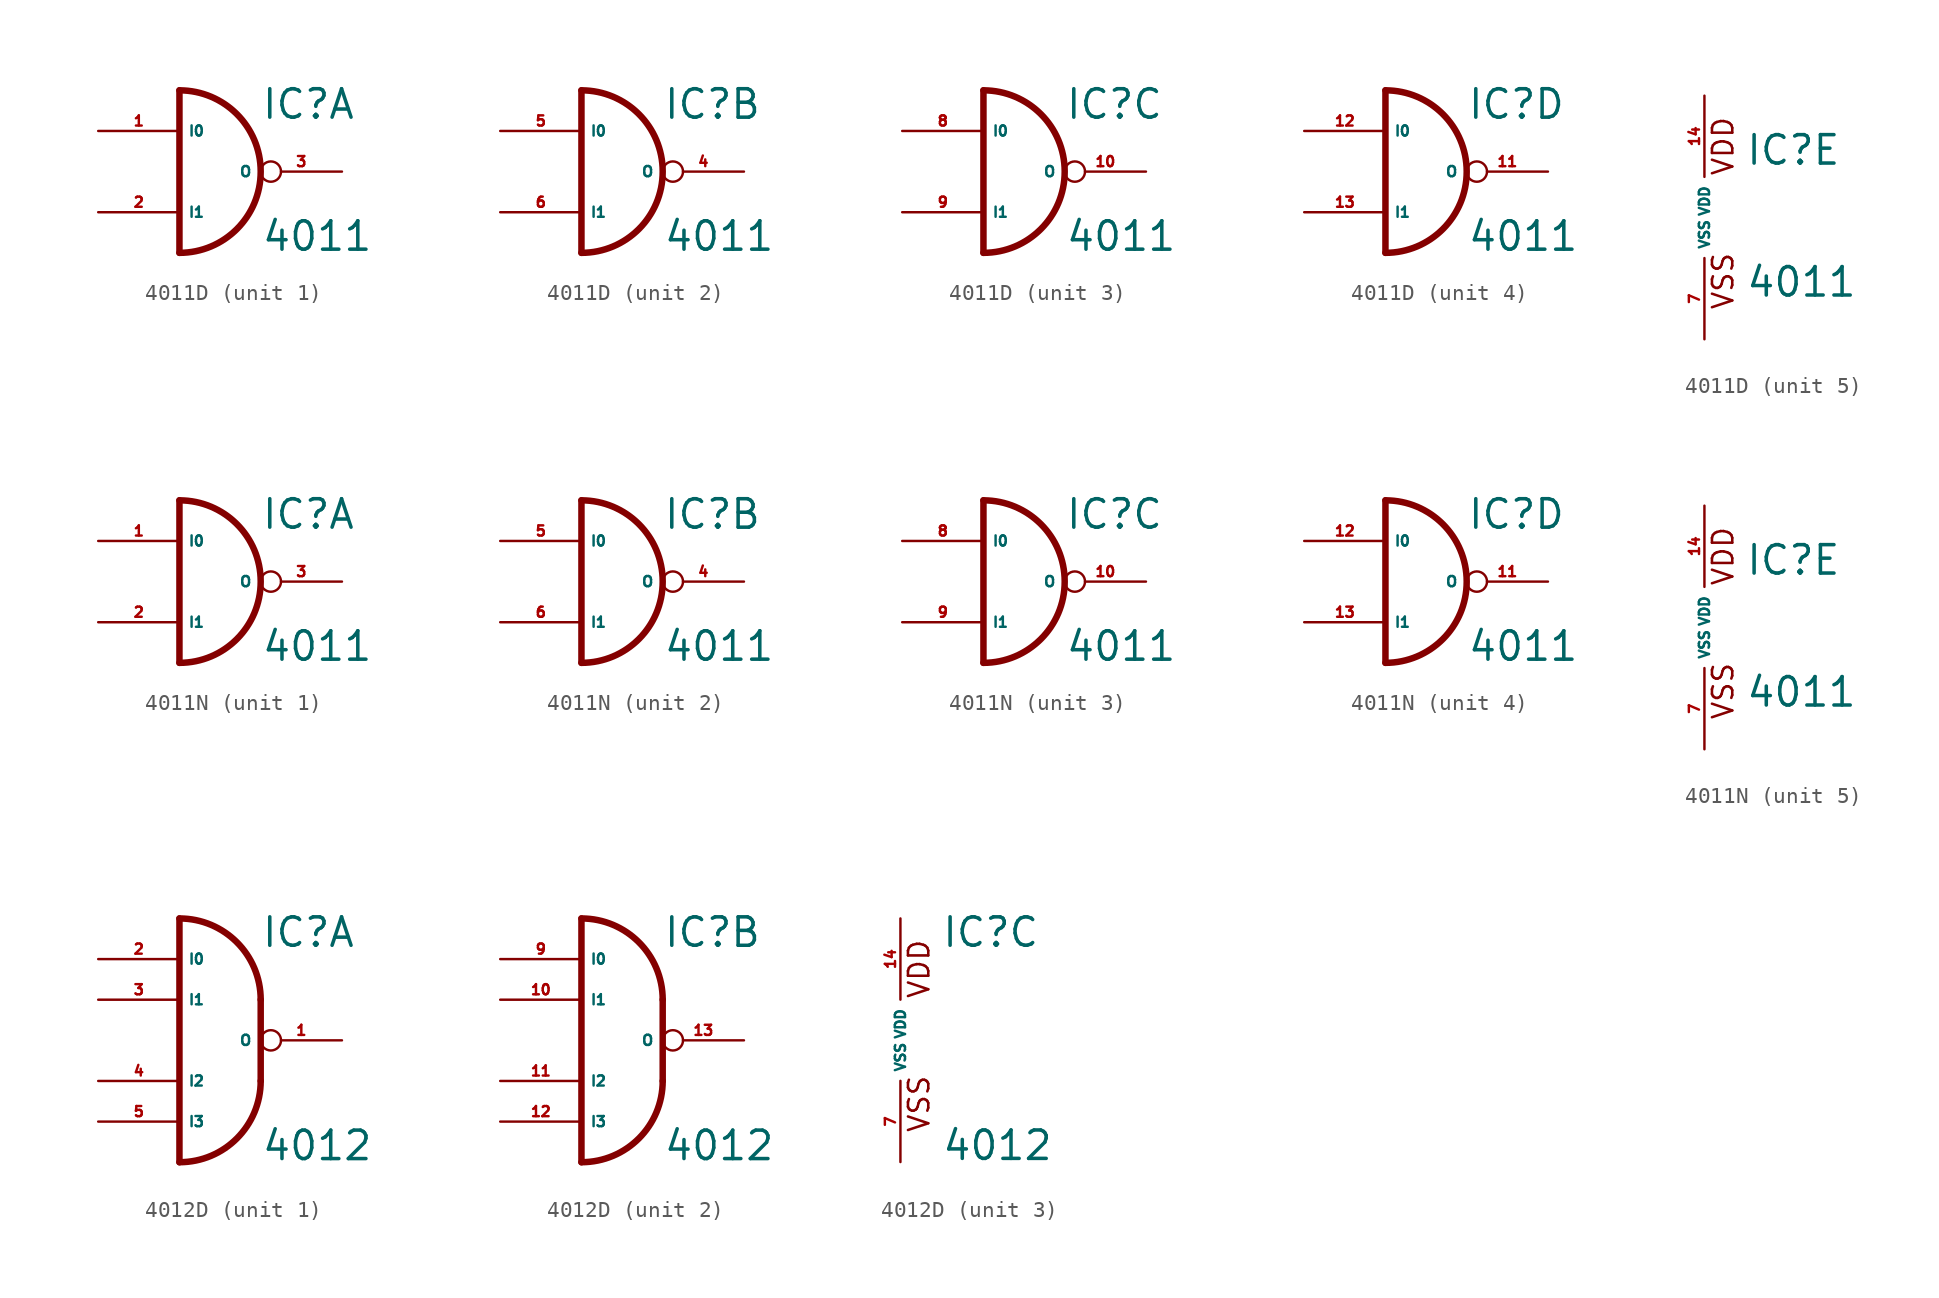
<source format=kicad_sym>
(kicad_symbol_lib
  (version 20220914)
  (generator Eagle2Kicad)
  (symbol "4011D"
    (property "Reference" "IC"
      (at 2.54 3.175 0)
      (effects (font (size 1.778 1.778) (thickness 0.22)) (justify left bottom)))
    (property "Value" "4011"
      (at 2.54 -5.08 0)
      (effects (font (size 1.778 1.778) (thickness 0.22)) (justify left bottom)))
    (symbol "4011D_1_0"
      (arc (start -2.54 -5.08) (mid 2.540 0.000) (end -2.54 5.08) (stroke (width 0.4064) (type default)) (fill (type none)))
      (polyline (pts (xy -2.54 5.08) (xy -2.54 -5.08)) (stroke (width 0.406) (type default)) (fill (type none)))
      (pin input line (at -7.62 2.54 0) (length 5.08) (name "I0" (effects (font (size 0.635 0.635) (thickness 0.08)) (justify left bottom))) (number "1" (effects (font (size 0.635 0.635) (thickness 0.08)) (justify left bottom))))
      (pin input line (at -7.62 -2.54 0) (length 5.08) (name "I1" (effects (font (size 0.635 0.635) (thickness 0.08)) (justify left bottom))) (number "2" (effects (font (size 0.635 0.635) (thickness 0.08)) (justify left bottom))))
      (pin output inverted (at 7.62 0 180) (length 5.08) (name "O" (effects (font (size 0.635 0.635) (thickness 0.08)) (justify left bottom))) (number "3" (effects (font (size 0.635 0.635) (thickness 0.08)) (justify left bottom)))))
    (symbol "4011D_2_0"
      (arc (start -2.54 -5.08) (mid 2.540 0.000) (end -2.54 5.08) (stroke (width 0.4064) (type default)) (fill (type none)))
      (polyline (pts (xy -2.54 5.08) (xy -2.54 -5.08)) (stroke (width 0.406) (type default)) (fill (type none)))
      (pin input line (at -7.62 2.54 0) (length 5.08) (name "I0" (effects (font (size 0.635 0.635) (thickness 0.08)) (justify left bottom))) (number "5" (effects (font (size 0.635 0.635) (thickness 0.08)) (justify left bottom))))
      (pin input line (at -7.62 -2.54 0) (length 5.08) (name "I1" (effects (font (size 0.635 0.635) (thickness 0.08)) (justify left bottom))) (number "6" (effects (font (size 0.635 0.635) (thickness 0.08)) (justify left bottom))))
      (pin output inverted (at 7.62 0 180) (length 5.08) (name "O" (effects (font (size 0.635 0.635) (thickness 0.08)) (justify left bottom))) (number "4" (effects (font (size 0.635 0.635) (thickness 0.08)) (justify left bottom)))))
    (symbol "4011D_3_0"
      (arc (start -2.54 -5.08) (mid 2.540 0.000) (end -2.54 5.08) (stroke (width 0.4064) (type default)) (fill (type none)))
      (polyline (pts (xy -2.54 5.08) (xy -2.54 -5.08)) (stroke (width 0.406) (type default)) (fill (type none)))
      (pin input line (at -7.62 2.54 0) (length 5.08) (name "I0" (effects (font (size 0.635 0.635) (thickness 0.08)) (justify left bottom))) (number "8" (effects (font (size 0.635 0.635) (thickness 0.08)) (justify left bottom))))
      (pin input line (at -7.62 -2.54 0) (length 5.08) (name "I1" (effects (font (size 0.635 0.635) (thickness 0.08)) (justify left bottom))) (number "9" (effects (font (size 0.635 0.635) (thickness 0.08)) (justify left bottom))))
      (pin output inverted (at 7.62 0 180) (length 5.08) (name "O" (effects (font (size 0.635 0.635) (thickness 0.08)) (justify left bottom))) (number "10" (effects (font (size 0.635 0.635) (thickness 0.08)) (justify left bottom)))))
    (symbol "4011D_4_0"
      (arc (start -2.54 -5.08) (mid 2.540 0.000) (end -2.54 5.08) (stroke (width 0.4064) (type default)) (fill (type none)))
      (polyline (pts (xy -2.54 5.08) (xy -2.54 -5.08)) (stroke (width 0.406) (type default)) (fill (type none)))
      (pin input line (at -7.62 2.54 0) (length 5.08) (name "I0" (effects (font (size 0.635 0.635) (thickness 0.08)) (justify left bottom))) (number "12" (effects (font (size 0.635 0.635) (thickness 0.08)) (justify left bottom))))
      (pin input line (at -7.62 -2.54 0) (length 5.08) (name "I1" (effects (font (size 0.635 0.635) (thickness 0.08)) (justify left bottom))) (number "13" (effects (font (size 0.635 0.635) (thickness 0.08)) (justify left bottom))))
      (pin output inverted (at 7.62 0 180) (length 5.08) (name "O" (effects (font (size 0.635 0.635) (thickness 0.08)) (justify left bottom))) (number "11" (effects (font (size 0.635 0.635) (thickness 0.08)) (justify left bottom)))))
    (symbol "4011D_5_0"
      (text "VDD" (at 1.905 2.54 900) (effects (font (size 1.27 1.27) (thickness 0.16)) (justify left bottom)))
      (text "VSS" (at 1.905 -5.842 900) (effects (font (size 1.27 1.27) (thickness 0.16)) (justify left bottom)))
      (pin unspecified line (at 0 -7.62 90) (length 5.08) (name "VSS" (effects (font (size 0.635 0.635) (thickness 0.08)) (justify left bottom))) (number "7" (effects (font (size 0.635 0.635) (thickness 0.08)) (justify left bottom))))
      (pin unspecified line (at 0 7.62 270) (length 5.08) (name "VDD" (effects (font (size 0.635 0.635) (thickness 0.08)) (justify left bottom))) (number "14" (effects (font (size 0.635 0.635) (thickness 0.08)) (justify left bottom))))))
  (symbol "4011N"
    (property "Reference" "IC"
      (at 2.54 3.175 0)
      (effects (font (size 1.778 1.778) (thickness 0.22)) (justify left bottom)))
    (property "Value" "4011"
      (at 2.54 -5.08 0)
      (effects (font (size 1.778 1.778) (thickness 0.22)) (justify left bottom)))
    (symbol "4011N_1_0"
      (arc (start -2.54 -5.08) (mid 2.540 0.000) (end -2.54 5.08) (stroke (width 0.4064) (type default)) (fill (type none)))
      (polyline (pts (xy -2.54 5.08) (xy -2.54 -5.08)) (stroke (width 0.406) (type default)) (fill (type none)))
      (pin input line (at -7.62 2.54 0) (length 5.08) (name "I0" (effects (font (size 0.635 0.635) (thickness 0.08)) (justify left bottom))) (number "1" (effects (font (size 0.635 0.635) (thickness 0.08)) (justify left bottom))))
      (pin input line (at -7.62 -2.54 0) (length 5.08) (name "I1" (effects (font (size 0.635 0.635) (thickness 0.08)) (justify left bottom))) (number "2" (effects (font (size 0.635 0.635) (thickness 0.08)) (justify left bottom))))
      (pin output inverted (at 7.62 0 180) (length 5.08) (name "O" (effects (font (size 0.635 0.635) (thickness 0.08)) (justify left bottom))) (number "3" (effects (font (size 0.635 0.635) (thickness 0.08)) (justify left bottom)))))
    (symbol "4011N_2_0"
      (arc (start -2.54 -5.08) (mid 2.540 0.000) (end -2.54 5.08) (stroke (width 0.4064) (type default)) (fill (type none)))
      (polyline (pts (xy -2.54 5.08) (xy -2.54 -5.08)) (stroke (width 0.406) (type default)) (fill (type none)))
      (pin input line (at -7.62 2.54 0) (length 5.08) (name "I0" (effects (font (size 0.635 0.635) (thickness 0.08)) (justify left bottom))) (number "5" (effects (font (size 0.635 0.635) (thickness 0.08)) (justify left bottom))))
      (pin input line (at -7.62 -2.54 0) (length 5.08) (name "I1" (effects (font (size 0.635 0.635) (thickness 0.08)) (justify left bottom))) (number "6" (effects (font (size 0.635 0.635) (thickness 0.08)) (justify left bottom))))
      (pin output inverted (at 7.62 0 180) (length 5.08) (name "O" (effects (font (size 0.635 0.635) (thickness 0.08)) (justify left bottom))) (number "4" (effects (font (size 0.635 0.635) (thickness 0.08)) (justify left bottom)))))
    (symbol "4011N_3_0"
      (arc (start -2.54 -5.08) (mid 2.540 0.000) (end -2.54 5.08) (stroke (width 0.4064) (type default)) (fill (type none)))
      (polyline (pts (xy -2.54 5.08) (xy -2.54 -5.08)) (stroke (width 0.406) (type default)) (fill (type none)))
      (pin input line (at -7.62 2.54 0) (length 5.08) (name "I0" (effects (font (size 0.635 0.635) (thickness 0.08)) (justify left bottom))) (number "8" (effects (font (size 0.635 0.635) (thickness 0.08)) (justify left bottom))))
      (pin input line (at -7.62 -2.54 0) (length 5.08) (name "I1" (effects (font (size 0.635 0.635) (thickness 0.08)) (justify left bottom))) (number "9" (effects (font (size 0.635 0.635) (thickness 0.08)) (justify left bottom))))
      (pin output inverted (at 7.62 0 180) (length 5.08) (name "O" (effects (font (size 0.635 0.635) (thickness 0.08)) (justify left bottom))) (number "10" (effects (font (size 0.635 0.635) (thickness 0.08)) (justify left bottom)))))
    (symbol "4011N_4_0"
      (arc (start -2.54 -5.08) (mid 2.540 0.000) (end -2.54 5.08) (stroke (width 0.4064) (type default)) (fill (type none)))
      (polyline (pts (xy -2.54 5.08) (xy -2.54 -5.08)) (stroke (width 0.406) (type default)) (fill (type none)))
      (pin input line (at -7.62 2.54 0) (length 5.08) (name "I0" (effects (font (size 0.635 0.635) (thickness 0.08)) (justify left bottom))) (number "12" (effects (font (size 0.635 0.635) (thickness 0.08)) (justify left bottom))))
      (pin input line (at -7.62 -2.54 0) (length 5.08) (name "I1" (effects (font (size 0.635 0.635) (thickness 0.08)) (justify left bottom))) (number "13" (effects (font (size 0.635 0.635) (thickness 0.08)) (justify left bottom))))
      (pin output inverted (at 7.62 0 180) (length 5.08) (name "O" (effects (font (size 0.635 0.635) (thickness 0.08)) (justify left bottom))) (number "11" (effects (font (size 0.635 0.635) (thickness 0.08)) (justify left bottom)))))
    (symbol "4011N_5_0"
      (text "VDD" (at 1.905 2.54 900) (effects (font (size 1.27 1.27) (thickness 0.16)) (justify left bottom)))
      (text "VSS" (at 1.905 -5.842 900) (effects (font (size 1.27 1.27) (thickness 0.16)) (justify left bottom)))
      (pin unspecified line (at 0 -7.62 90) (length 5.08) (name "VSS" (effects (font (size 0.635 0.635) (thickness 0.08)) (justify left bottom))) (number "7" (effects (font (size 0.635 0.635) (thickness 0.08)) (justify left bottom))))
      (pin unspecified line (at 0 7.62 270) (length 5.08) (name "VDD" (effects (font (size 0.635 0.635) (thickness 0.08)) (justify left bottom))) (number "14" (effects (font (size 0.635 0.635) (thickness 0.08)) (justify left bottom))))))
  (symbol "4012D"
    (property "Reference" "IC"
      (at 2.54 5.715 0)
      (effects (font (size 1.778 1.778) (thickness 0.22)) (justify left bottom)))
    (property "Value" "4012"
      (at 2.54 -7.62 0)
      (effects (font (size 1.778 1.778) (thickness 0.22)) (justify left bottom)))
    (symbol "4012D_1_0"
      (arc (start 2.54 2.54) (mid 1.052 6.132) (end -2.54 7.62) (stroke (width 0.4064) (type default)) (fill (type none)))
      (arc (start -2.54 -7.62) (mid 1.052 -6.132) (end 2.54 -2.54) (stroke (width 0.4064) (type default)) (fill (type none)))
      (polyline (pts (xy 2.54 2.54) (xy 2.54 -2.54)) (stroke (width 0.406) (type default)) (fill (type none)))
      (polyline (pts (xy -2.54 7.62) (xy -2.54 -7.62)) (stroke (width 0.406) (type default)) (fill (type none)))
      (pin output inverted (at 7.62 0 180) (length 5.08) (name "O" (effects (font (size 0.635 0.635) (thickness 0.08)) (justify left bottom))) (number "1" (effects (font (size 0.635 0.635) (thickness 0.08)) (justify left bottom))))
      (pin input line (at -7.62 5.08 0) (length 5.08) (name "I0" (effects (font (size 0.635 0.635) (thickness 0.08)) (justify left bottom))) (number "2" (effects (font (size 0.635 0.635) (thickness 0.08)) (justify left bottom))))
      (pin input line (at -7.62 2.54 0) (length 5.08) (name "I1" (effects (font (size 0.635 0.635) (thickness 0.08)) (justify left bottom))) (number "3" (effects (font (size 0.635 0.635) (thickness 0.08)) (justify left bottom))))
      (pin input line (at -7.62 -2.54 0) (length 5.08) (name "I2" (effects (font (size 0.635 0.635) (thickness 0.08)) (justify left bottom))) (number "4" (effects (font (size 0.635 0.635) (thickness 0.08)) (justify left bottom))))
      (pin input line (at -7.62 -5.08 0) (length 5.08) (name "I3" (effects (font (size 0.635 0.635) (thickness 0.08)) (justify left bottom))) (number "5" (effects (font (size 0.635 0.635) (thickness 0.08)) (justify left bottom)))))
    (symbol "4012D_2_0"
      (arc (start 2.54 2.54) (mid 1.052 6.132) (end -2.54 7.62) (stroke (width 0.4064) (type default)) (fill (type none)))
      (arc (start -2.54 -7.62) (mid 1.052 -6.132) (end 2.54 -2.54) (stroke (width 0.4064) (type default)) (fill (type none)))
      (polyline (pts (xy 2.54 2.54) (xy 2.54 -2.54)) (stroke (width 0.406) (type default)) (fill (type none)))
      (polyline (pts (xy -2.54 7.62) (xy -2.54 -7.62)) (stroke (width 0.406) (type default)) (fill (type none)))
      (pin output inverted (at 7.62 0 180) (length 5.08) (name "O" (effects (font (size 0.635 0.635) (thickness 0.08)) (justify left bottom))) (number "13" (effects (font (size 0.635 0.635) (thickness 0.08)) (justify left bottom))))
      (pin input line (at -7.62 5.08 0) (length 5.08) (name "I0" (effects (font (size 0.635 0.635) (thickness 0.08)) (justify left bottom))) (number "9" (effects (font (size 0.635 0.635) (thickness 0.08)) (justify left bottom))))
      (pin input line (at -7.62 2.54 0) (length 5.08) (name "I1" (effects (font (size 0.635 0.635) (thickness 0.08)) (justify left bottom))) (number "10" (effects (font (size 0.635 0.635) (thickness 0.08)) (justify left bottom))))
      (pin input line (at -7.62 -2.54 0) (length 5.08) (name "I2" (effects (font (size 0.635 0.635) (thickness 0.08)) (justify left bottom))) (number "11" (effects (font (size 0.635 0.635) (thickness 0.08)) (justify left bottom))))
      (pin input line (at -7.62 -5.08 0) (length 5.08) (name "I3" (effects (font (size 0.635 0.635) (thickness 0.08)) (justify left bottom))) (number "12" (effects (font (size 0.635 0.635) (thickness 0.08)) (justify left bottom)))))
    (symbol "4012D_3_0"
      (text "VDD" (at 1.905 2.54 900) (effects (font (size 1.27 1.27) (thickness 0.16)) (justify left bottom)))
      (text "VSS" (at 1.905 -5.842 900) (effects (font (size 1.27 1.27) (thickness 0.16)) (justify left bottom)))
      (pin unspecified line (at 0 -7.62 90) (length 5.08) (name "VSS" (effects (font (size 0.635 0.635) (thickness 0.08)) (justify left bottom))) (number "7" (effects (font (size 0.635 0.635) (thickness 0.08)) (justify left bottom))))
      (pin unspecified line (at 0 7.62 270) (length 5.08) (name "VDD" (effects (font (size 0.635 0.635) (thickness 0.08)) (justify left bottom))) (number "14" (effects (font (size 0.635 0.635) (thickness 0.08)) (justify left bottom)))))))
</source>
